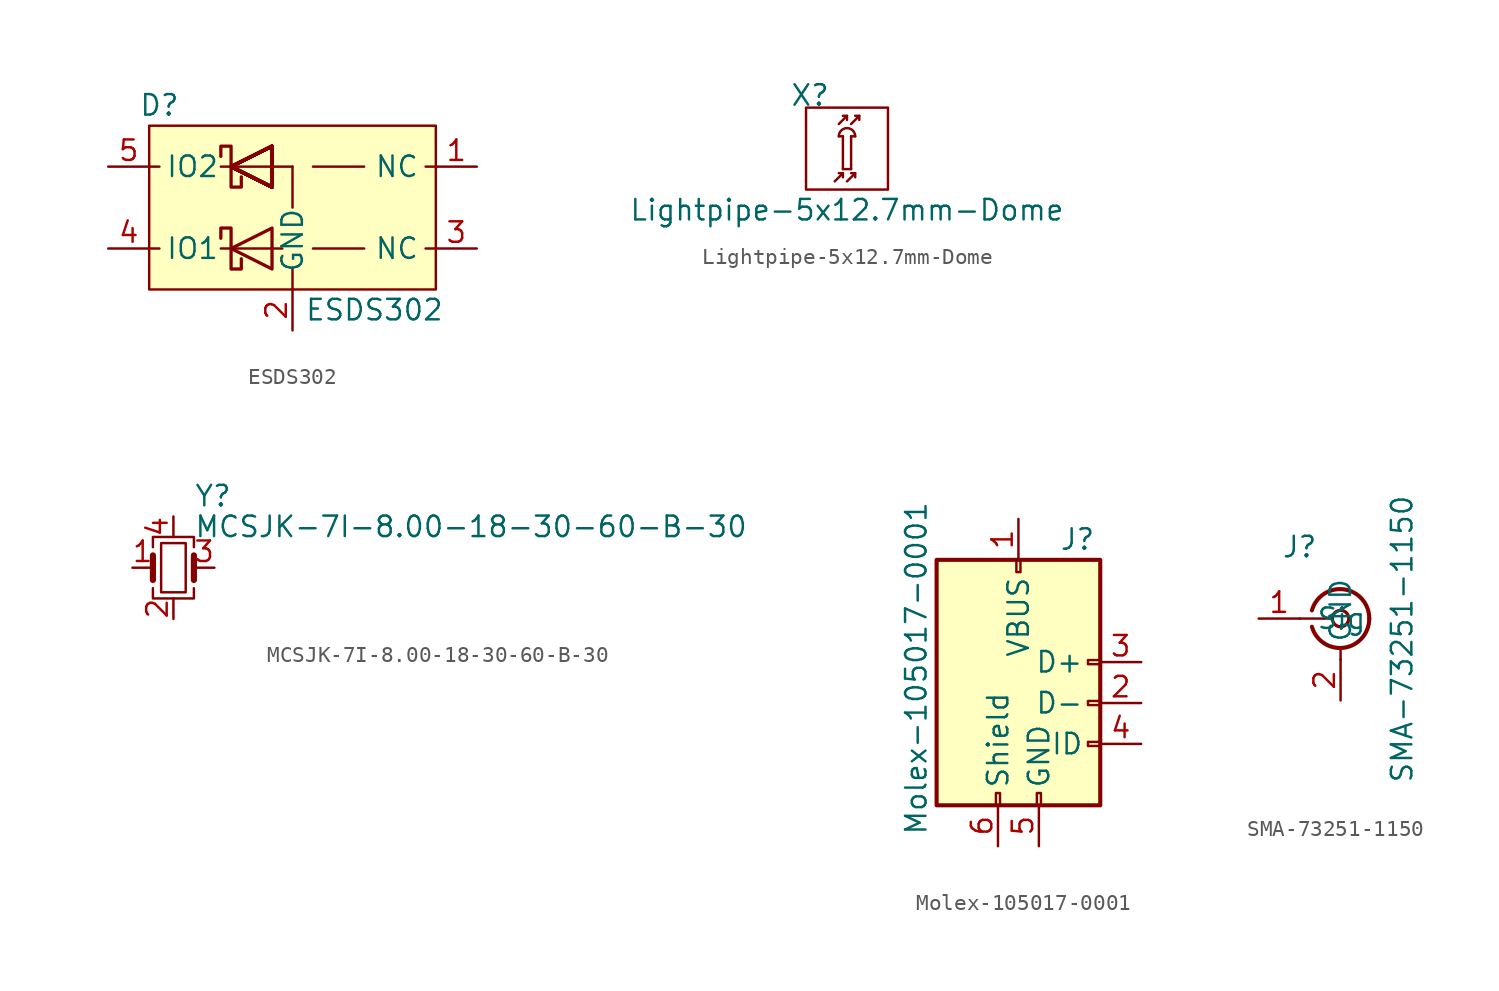
<source format=kicad_sym>
(kicad_symbol_lib
  (version 20220914)
  (generator kicad_symbol_editor)
  (symbol "ESDS302"
    (pin_names
      (offset 1.016))
    (property "Reference" "D"
      (at -8.255 6.35 0)
      (effects (font (size 1.27 1.27))))
    (property "Value" "ESDS302"
      (at 5.08 -6.35 0)
      (effects (font (size 1.27 1.27))))
    (symbol "ESDS302_0_1"
      (rectangle (start -8.89 -5.08) (end 8.89 5.08) (stroke (width 0) (type default)) (fill (type background)))
      (polyline (pts (xy -8.89 -2.54) (xy -8.255 -2.54)) (stroke (width 0) (type default)) (fill (type none)))
      (polyline (pts (xy -8.89 2.54) (xy -8.255 2.54)) (stroke (width 0) (type default)) (fill (type none)))
      (polyline (pts (xy -4.445 -2.54) (xy -0.635 -2.54)) (stroke (width 0) (type default)) (fill (type none)))
      (polyline (pts (xy -4.445 2.54) (xy 0 2.54)) (stroke (width 0) (type default)) (fill (type none)))
      (polyline (pts (xy 0 -3.81) (xy 0 -5.08)) (stroke (width 0) (type default)) (fill (type none)))
      (polyline (pts (xy 0 2.54) (xy 0 0)) (stroke (width 0) (type default)) (fill (type none)))
      (polyline (pts (xy 4.445 -2.54) (xy 1.27 -2.54)) (stroke (width 0) (type default)) (fill (type none)))
      (polyline (pts (xy 4.445 2.54) (xy 1.27 2.54)) (stroke (width 0) (type default)) (fill (type none)))
      (polyline (pts (xy 8.89 -2.54) (xy 8.255 -2.54)) (stroke (width 0) (type default)) (fill (type none)))
      (polyline (pts (xy 8.89 2.54) (xy 8.255 2.54)) (stroke (width 0) (type default)) (fill (type none))))
    (symbol "ESDS302_1_1"
      (polyline (pts (xy -1.27 -1.27) (xy -1.27 -3.81) (xy -3.81 -2.54) (xy -1.27 -1.27)) (stroke (width 0.203) (type default)) (fill (type none)))
      (polyline (pts (xy -1.27 3.81) (xy -1.27 1.27) (xy -3.81 2.54) (xy -1.27 3.81)) (stroke (width 0.203) (type default)) (fill (type none)))
      (polyline (pts (xy -1.27 3.81) (xy -1.27 1.27) (xy -3.81 2.54) (xy -1.27 3.81)) (stroke (width 0.203) (type default)) (fill (type none)))
      (polyline (pts (xy -1.27 3.81) (xy -1.27 1.27) (xy -3.81 2.54) (xy -1.27 3.81)) (stroke (width 0.203) (type default)) (fill (type none)))
      (polyline (pts (xy -1.27 3.81) (xy -1.27 1.27) (xy -3.81 2.54) (xy -1.27 3.81)) (stroke (width 0.203) (type default)) (fill (type none)))
      (polyline (pts (xy -1.27 3.81) (xy -1.27 1.27) (xy -3.81 2.54) (xy -1.27 3.81)) (stroke (width 0.203) (type default)) (fill (type none)))
      (polyline (pts (xy -1.27 3.81) (xy -1.27 1.27) (xy -3.81 2.54) (xy -1.27 3.81)) (stroke (width 0.203) (type default)) (fill (type none)))
      (polyline (pts (xy -1.27 3.81) (xy -1.27 1.27) (xy -3.81 2.54) (xy -1.27 3.81)) (stroke (width 0.203) (type default)) (fill (type none)))
      (polyline (pts (xy -1.27 3.81) (xy -1.27 1.27) (xy -3.81 2.54) (xy -1.27 3.81)) (stroke (width 0.203) (type default)) (fill (type none)))
      (polyline (pts (xy -1.27 3.81) (xy -1.27 1.27) (xy -3.81 2.54) (xy -1.27 3.81)) (stroke (width 0.203) (type default)) (fill (type none)))
      (polyline (pts (xy -1.27 3.81) (xy -1.27 1.27) (xy -3.81 2.54) (xy -1.27 3.81)) (stroke (width 0.203) (type default)) (fill (type none)))
      (polyline (pts (xy -1.27 3.81) (xy -1.27 1.27) (xy -3.81 2.54) (xy -1.27 3.81)) (stroke (width 0.203) (type default)) (fill (type none)))
      (polyline (pts (xy -1.27 3.81) (xy -1.27 1.27) (xy -3.81 2.54) (xy -1.27 3.81)) (stroke (width 0.203) (type default)) (fill (type none)))
      (polyline (pts (xy -1.27 3.81) (xy -1.27 1.27) (xy -3.81 2.54) (xy -1.27 3.81)) (stroke (width 0.203) (type default)) (fill (type none)))
      (polyline (pts (xy -1.27 3.81) (xy -1.27 1.27) (xy -3.81 2.54) (xy -1.27 3.81)) (stroke (width 0.203) (type default)) (fill (type none)))
      (polyline (pts (xy -1.27 3.81) (xy -1.27 1.27) (xy -3.81 2.54) (xy -1.27 3.81)) (stroke (width 0.203) (type default)) (fill (type none)))
      (polyline (pts (xy -1.27 3.81) (xy -1.27 1.27) (xy -3.81 2.54) (xy -1.27 3.81)) (stroke (width 0.203) (type default)) (fill (type none)))
      (polyline (pts (xy -4.445 3.175) (xy -4.445 3.81) (xy -3.81 3.81) (xy -3.81 1.27) (xy -3.175 1.27) (xy -3.175 1.905)) (stroke (width 0.203) (type default)) (fill (type none)))
      (polyline (pts (xy -3.175 -3.175) (xy -3.175 -3.81) (xy -3.81 -3.81) (xy -3.81 -1.27) (xy -4.445 -1.27) (xy -4.445 -1.905)) (stroke (width 0.203) (type default)) (fill (type none)))
      (pin passive line (at 11.43 2.54 180) (length 2.54) (name "NC" (effects (font (size 1.27 1.27)))) (number "1" (effects (font (size 1.27 1.27)))))
      (pin passive line (at 0 -7.62 90) (length 2.54) (name "GND" (effects (font (size 1.27 1.27)))) (number "2" (effects (font (size 1.27 1.27)))))
      (pin passive line (at 11.43 -2.54 180) (length 2.54) (name "NC" (effects (font (size 1.27 1.27)))) (number "3" (effects (font (size 1.27 1.27)))))
      (pin passive line (at -11.43 -2.54 0) (length 2.54) (name "IO1" (effects (font (size 1.27 1.27)))) (number "4" (effects (font (size 1.27 1.27)))))
      (pin passive line (at -11.43 2.54 0) (length 2.54) (name "IO2" (effects (font (size 1.27 1.27)))) (number "5" (effects (font (size 1.27 1.27)))))))
  (symbol "Lightpipe-5x12.7mm-Dome"
    (pin_names
      (offset 1.016))
    (property "Reference" "X"
      (at -2.286 3.302 0)
      (effects (font (size 1.27 1.27))))
    (property "Value" "Lightpipe-5x12.7mm-Dome"
      (at 0 -3.81 0)
      (effects (font (size 1.27 1.27))))
    (symbol "Lightpipe-5x12.7mm-Dome_0_1"
      (rectangle (start -2.54 2.54) (end 2.54 -2.54) (stroke (width 0) (type default)) (fill (type none)))
      (rectangle (start -0.508 0.762) (end -0.254 0.762) (stroke (width 0) (type default)) (fill (type none)))
      (rectangle (start -0.254 -1.27) (end -0.254 0.762) (stroke (width 0) (type default)) (fill (type none)))
      (rectangle (start -0.254 -1.27) (end 0.254 -1.27) (stroke (width 0) (type default)) (fill (type none)))
      (polyline (pts (xy -0.762 -2.032) (xy -0.254 -1.524)) (stroke (width 0) (type default)) (fill (type none)))
      (polyline (pts (xy 0 -2.032) (xy 0.508 -1.524)) (stroke (width 0) (type default)) (fill (type none)))
      (polyline (pts (xy -0.508 -1.524) (xy -0.254 -1.524) (xy -0.254 -1.778)) (stroke (width 0) (type default)) (fill (type none)))
      (polyline (pts (xy 0.254 -1.524) (xy 0.508 -1.524) (xy 0.508 -1.778)) (stroke (width 0) (type default)) (fill (type none)))
      (rectangle (start 0.254 0.762) (end 0.254 -1.27) (stroke (width 0) (type default)) (fill (type none)))
      (rectangle (start 0.254 0.762) (end 0.508 0.762) (stroke (width 0) (type default)) (fill (type none)))
      (arc (start 0.508 0.762) (mid 0 1.2678) (end -0.508 0.762) (stroke (width 0) (type default)) (fill (type none))))
    (symbol "Lightpipe-5x12.7mm-Dome_1_1"
      (polyline (pts (xy -0.508 1.524) (xy 0 2.032)) (stroke (width 0) (type default)) (fill (type none)))
      (polyline (pts (xy 0.254 1.524) (xy 0.762 2.032)) (stroke (width 0) (type default)) (fill (type none)))
      (polyline (pts (xy -0.254 2.032) (xy 0 2.032) (xy 0 1.778)) (stroke (width 0) (type default)) (fill (type none)))
      (polyline (pts (xy 0.508 2.032) (xy 0.762 2.032) (xy 0.762 1.778)) (stroke (width 0) (type default)) (fill (type none)))))
  (symbol "MCSJK-7I-8.00-18-30-60-B-30"
    (pin_names
      (offset 1.016) hide)
    (property "Reference" "Y"
      (at 1.27 4.445 0)
      (effects (font (size 1.27 1.27)) (justify left)))
    (property "Value" "MCSJK-7I-8.00-18-30-60-B-30"
      (at 1.27 2.54 0)
      (effects (font (size 1.27 1.27)) (justify left)))
    (symbol "MCSJK-7I-8.00-18-30-60-B-30_0_1"
      (rectangle (start -0.762 -1.524) (end 0.762 1.524) (stroke (width 0) (type default)) (fill (type none)))
      (polyline (pts (xy -1.27 -0.762) (xy -1.27 0.762)) (stroke (width 0.381) (type default)) (fill (type none)))
      (polyline (pts (xy 1.27 -0.762) (xy 1.27 0.762)) (stroke (width 0.381) (type default)) (fill (type none)))
      (polyline (pts (xy -1.27 -1.27) (xy -1.27 -1.905) (xy 1.27 -1.905) (xy 1.27 -1.27)) (stroke (width 0) (type default)) (fill (type none)))
      (polyline (pts (xy -1.27 1.27) (xy -1.27 1.905) (xy 1.27 1.905) (xy 1.27 1.27)) (stroke (width 0) (type default)) (fill (type none))))
    (symbol "MCSJK-7I-8.00-18-30-60-B-30_1_1"
      (pin passive line (at -2.54 0 0) (length 1.27) (name "1" (effects (font (size 1.27 1.27)))) (number "1" (effects (font (size 1.27 1.27)))))
      (pin passive line (at 0 -3.175 90) (length 1.27) (name "2" (effects (font (size 1.27 1.27)))) (number "2" (effects (font (size 1.27 1.27)))))
      (pin passive line (at 2.54 0 180) (length 1.27) (name "3" (effects (font (size 1.27 1.27)))) (number "3" (effects (font (size 1.27 1.27)))))
      (pin passive line (at 0 3.175 270) (length 1.27) (name "4" (effects (font (size 1.27 1.27)))) (number "4" (effects (font (size 1.27 1.27)))))))
  (symbol "Molex-105017-0001"
    (pin_names
      (offset 1.016))
    (property "Reference" "J"
      (at 2.54 8.89 0)
      (effects (font (size 1.27 1.27)) (justify left)))
    (property "Value" "Molex-105017-0001"
      (at -6.35 -9.525 90)
      (effects (font (size 1.27 1.27)) (justify left)))
    (symbol "Molex-105017-0001_0_1"
      (rectangle (start -5.08 -7.62) (end 5.08 7.62) (stroke (width 0.254) (type default)) (fill (type background)))
      (rectangle (start 0.127 7.62) (end -0.127 6.858) (stroke (width 0) (type default)) (fill (type none)))
      (rectangle (start 1.143 -7.62) (end 1.397 -6.858) (stroke (width 0) (type default)) (fill (type none)))
      (rectangle (start 5.08 -3.937) (end 4.318 -3.683) (stroke (width 0) (type default)) (fill (type none)))
      (rectangle (start 5.08 -1.397) (end 4.318 -1.143) (stroke (width 0) (type default)) (fill (type none)))
      (rectangle (start 5.08 1.143) (end 4.318 1.397) (stroke (width 0) (type default)) (fill (type none))))
    (symbol "Molex-105017-0001_1_1"
      (rectangle (start -1.397 -7.62) (end -1.143 -6.858) (stroke (width 0) (type default)) (fill (type none)))
      (pin power_out line (at 0 10.16 270) (length 2.54) (name "VBUS" (effects (font (size 1.27 1.27)))) (number "1" (effects (font (size 1.27 1.27)))))
      (pin passive line (at 7.62 -1.27 180) (length 2.54) (name "D-" (effects (font (size 1.27 1.27)))) (number "2" (effects (font (size 1.27 1.27)))))
      (pin passive line (at 7.62 1.27 180) (length 2.54) (name "D+" (effects (font (size 1.27 1.27)))) (number "3" (effects (font (size 1.27 1.27)))))
      (pin passive line (at 7.62 -3.81 180) (length 2.54) (name "ID" (effects (font (size 1.27 1.27)))) (number "4" (effects (font (size 1.27 1.27)))))
      (pin power_in line (at 1.27 -10.16 90) (length 2.54) (name "GND" (effects (font (size 1.27 1.27)))) (number "5" (effects (font (size 1.27 1.27)))))
      (pin passive line (at -1.27 -10.16 90) (length 2.54) (name "Shield" (effects (font (size 1.27 1.27)))) (number "6" (effects (font (size 1.27 1.27)))))))
  (symbol "SMA-73251-1150"
    (pin_names
      (offset 1.016))
    (property "Reference" "J"
      (at -2.54 4.445 0)
      (effects (font (size 1.27 1.27))))
    (property "Value" "SMA-73251-1150"
      (at 3.81 -1.27 90)
      (effects (font (size 1.27 1.27))))
    (symbol "SMA-73251-1150_1_1"
      (arc (start -1.778 -0.508) (mid 0.222 -1.808) (end 1.778 0) (stroke (width 0.254) (type default)) (fill (type none)))
      (polyline (pts (xy -2.54 0) (xy -0.508 0)) (stroke (width 0) (type default)) (fill (type none)))
      (polyline (pts (xy 0 -2.54) (xy 0 -1.778)) (stroke (width 0) (type default)) (fill (type none)))
      (circle (center 0 0) (radius 0.508) (stroke (width 0.203) (type default)) (fill (type none)))
      (arc (start 1.778 0) (mid 0.222 1.8083) (end -1.778 0.508) (stroke (width 0.254) (type default)) (fill (type none)))
      (pin passive line (at -5.08 0 0) (length 2.54) (name "Sig" (effects (font (size 1.27 1.27)))) (number "1" (effects (font (size 1.27 1.27)))))
      (pin passive line (at 0 -5.08 90) (length 2.54) (name "GND" (effects (font (size 1.27 1.27)))) (number "2" (effects (font (size 1.27 1.27))))))))
</source>
